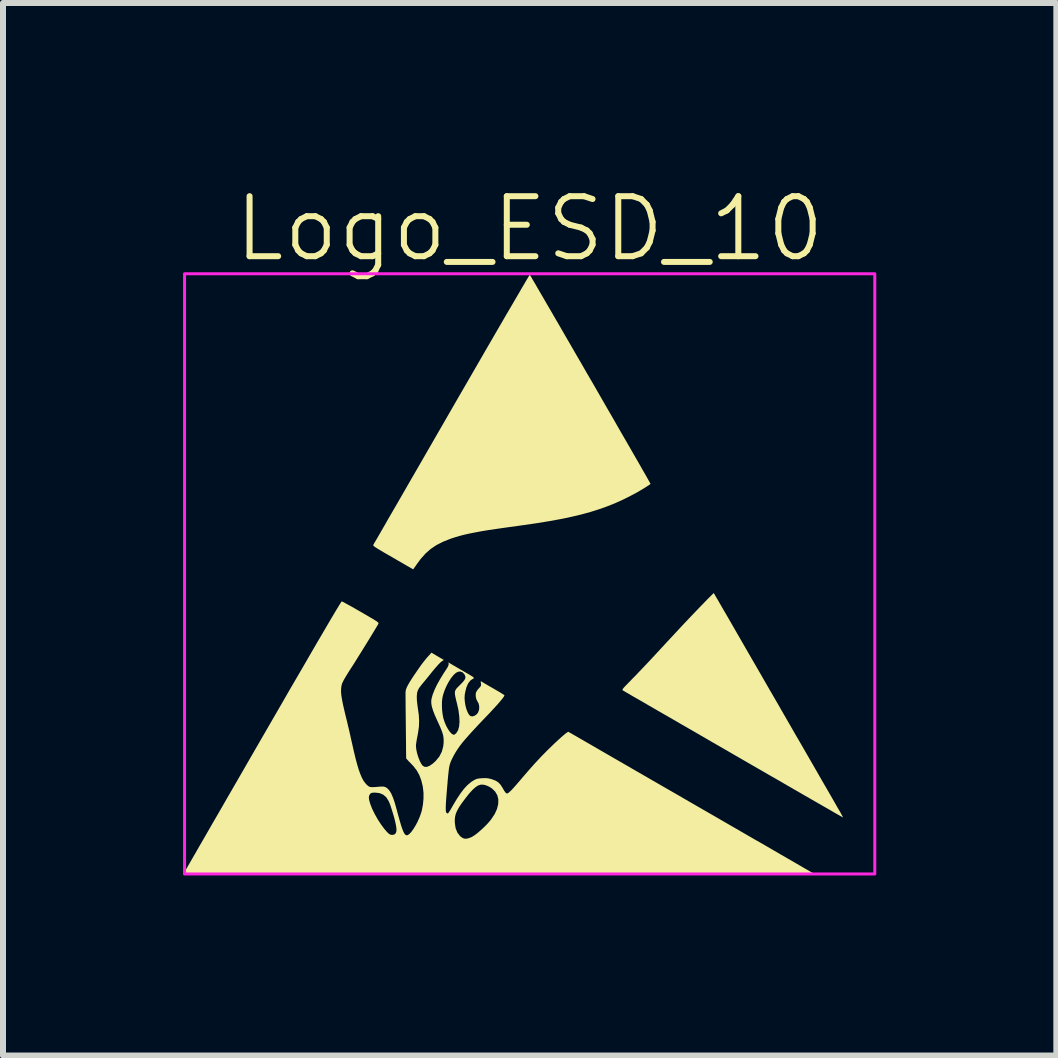
<source format=kicad_pcb>
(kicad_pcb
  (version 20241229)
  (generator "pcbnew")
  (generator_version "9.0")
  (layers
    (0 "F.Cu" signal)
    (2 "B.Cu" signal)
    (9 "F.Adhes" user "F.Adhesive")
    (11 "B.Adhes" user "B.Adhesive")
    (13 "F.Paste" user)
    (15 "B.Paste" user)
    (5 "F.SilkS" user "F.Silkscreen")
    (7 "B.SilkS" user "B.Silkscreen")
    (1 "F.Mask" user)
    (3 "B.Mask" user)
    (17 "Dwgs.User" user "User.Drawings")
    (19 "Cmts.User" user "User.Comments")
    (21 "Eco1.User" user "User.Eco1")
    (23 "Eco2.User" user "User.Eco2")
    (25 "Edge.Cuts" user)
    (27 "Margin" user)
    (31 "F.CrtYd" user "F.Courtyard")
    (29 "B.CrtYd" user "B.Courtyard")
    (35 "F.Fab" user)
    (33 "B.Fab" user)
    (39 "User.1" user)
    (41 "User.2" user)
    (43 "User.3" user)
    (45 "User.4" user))
  (footprint "Logo_ESD_10"
    (layer "F.Cu")
    (at 5.775 6.511)
    (property "Reference" "Logo_ESD_10" (at 0 -5.75 0) (unlocked yes) (layer "F.SilkS") (effects (font (size 1 1) (thickness 0.1))))
    (attr smd exclude_from_pos_files exclude_from_bom)
    (fp_poly (pts (xy 3.083 0.346) (xy 3.089 0.358) (xy 3.106 0.387) (xy 3.133 0.432) (xy 3.168 0.493) (xy 3.211 0.568) (xy 3.263 0.657) (xy 3.321 0.757) (xy 3.385 0.868) (xy 3.455 0.99) (xy 3.53 1.12) (xy 3.609 1.257) (xy 3.692 1.401) (xy 3.779 1.551) (xy 3.868 1.705) (xy 3.958 1.862) (xy 4.05 2.021) (xy 4.143 2.181) (xy 4.235 2.342) (xy 4.327 2.501) (xy 4.417 2.658) (xy 4.506 2.811) (xy 4.592 2.96) (xy 4.675 3.104) (xy 4.754 3.241) (xy 4.828 3.37) (xy 4.897 3.49) (xy 4.961 3.6) (xy 5.018 3.699) (xy 5.068 3.786) (xy 5.11 3.86) (xy 5.144 3.919) (xy 5.17 3.963) (xy 5.185 3.99) (xy 5.189 3.997) (xy 5.206 4.029) (xy 5.217 4.051) (xy 5.22 4.059) (xy 5.211 4.054) (xy 5.183 4.038) (xy 5.139 4.013) (xy 5.079 3.979) (xy 5.004 3.935) (xy 4.914 3.884) (xy 4.812 3.825) (xy 4.697 3.759) (xy 4.57 3.686) (xy 4.433 3.607) (xy 4.286 3.522) (xy 4.131 3.432) (xy 3.967 3.338) (xy 3.797 3.24) (xy 3.62 3.138) (xy 3.439 3.033) (xy 3.397 3.009) (xy 3.214 2.903) (xy 3.035 2.8) (xy 2.863 2.7) (xy 2.697 2.604) (xy 2.539 2.513) (xy 2.389 2.426) (xy 2.248 2.345) (xy 2.118 2.27) (xy 1.999 2.201) (xy 1.892 2.139) (xy 1.798 2.085) (xy 1.718 2.039) (xy 1.653 2.001) (xy 1.604 1.972) (xy 1.571 1.953) (xy 1.556 1.944) (xy 1.555 1.944) (xy 1.548 1.938) (xy 1.546 1.931) (xy 1.55 1.921) (xy 1.561 1.905) (xy 1.581 1.882) (xy 1.612 1.85) (xy 1.655 1.806) (xy 1.706 1.753) (xy 1.753 1.706) (xy 1.811 1.645) (xy 1.878 1.575) (xy 1.952 1.497) (xy 2.029 1.415) (xy 2.107 1.331) (xy 2.183 1.249) (xy 2.203 1.227) (xy 2.301 1.121) (xy 2.401 1.014) (xy 2.499 0.908) (xy 2.594 0.807) (xy 2.685 0.711) (xy 2.77 0.622) (xy 2.847 0.542) (xy 2.914 0.473) (xy 2.969 0.416) (xy 3.002 0.384) (xy 3.066 0.32)) (stroke (width 0) (type solid)) (fill yes) (layer "F.SilkS"))
    (fp_poly (pts (xy 0.008 -4.973) (xy 0.024 -4.947) (xy 0.049 -4.903) (xy 0.084 -4.845) (xy 0.126 -4.772) (xy 0.176 -4.686) (xy 0.233 -4.588) (xy 0.296 -4.479) (xy 0.365 -4.361) (xy 0.439 -4.233) (xy 0.517 -4.099) (xy 0.598 -3.958) (xy 0.683 -3.812) (xy 0.77 -3.661) (xy 0.859 -3.508) (xy 0.948 -3.353) (xy 1.039 -3.197) (xy 1.129 -3.041) (xy 1.218 -2.886) (xy 1.305 -2.735) (xy 1.391 -2.587) (xy 1.473 -2.443) (xy 1.552 -2.306) (xy 1.628 -2.175) (xy 1.698 -2.053) (xy 1.763 -1.94) (xy 1.822 -1.838) (xy 1.874 -1.746) (xy 1.919 -1.668) (xy 1.956 -1.603) (xy 1.984 -1.553) (xy 2.003 -1.519) (xy 2.013 -1.502) (xy 2.013 -1.501) (xy 2.005 -1.491) (xy 1.98 -1.474) (xy 1.943 -1.45) (xy 1.897 -1.421) (xy 1.845 -1.39) (xy 1.79 -1.358) (xy 1.735 -1.328) (xy 1.687 -1.303) (xy 1.558 -1.238) (xy 1.429 -1.18) (xy 1.296 -1.126) (xy 1.158 -1.077) (xy 1.013 -1.031) (xy 0.859 -0.989) (xy 0.695 -0.95) (xy 0.518 -0.913) (xy 0.326 -0.878) (xy 0.117 -0.844) (xy -0.111 -0.811) (xy -0.21 -0.797) (xy -0.384 -0.773) (xy -0.538 -0.751) (xy -0.675 -0.731) (xy -0.796 -0.711) (xy -0.904 -0.691) (xy -1 -0.672) (xy -1.086 -0.653) (xy -1.163 -0.633) (xy -1.235 -0.612) (xy -1.303 -0.59) (xy -1.313 -0.587) (xy -1.441 -0.536) (xy -1.552 -0.48) (xy -1.649 -0.415) (xy -1.736 -0.338) (xy -1.817 -0.247) (xy -1.87 -0.175) (xy -1.898 -0.135) (xy -1.921 -0.103) (xy -1.936 -0.082) (xy -1.942 -0.076) (xy -1.951 -0.081) (xy -1.977 -0.096) (xy -2.017 -0.119) (xy -2.07 -0.149) (xy -2.133 -0.186) (xy -2.205 -0.227) (xy -2.28 -0.271) (xy -2.369 -0.322) (xy -2.44 -0.363) (xy -2.495 -0.396) (xy -2.538 -0.422) (xy -2.568 -0.441) (xy -2.589 -0.456) (xy -2.601 -0.467) (xy -2.606 -0.475) (xy -2.606 -0.482) (xy -2.603 -0.488) (xy -2.603 -0.488) (xy -2.596 -0.5) (xy -2.579 -0.529) (xy -2.552 -0.575) (xy -2.516 -0.637) (xy -2.471 -0.715) (xy -2.418 -0.807) (xy -2.357 -0.914) (xy -2.288 -1.033) (xy -2.212 -1.164) (xy -2.13 -1.306) (xy -2.042 -1.459) (xy -1.948 -1.622) (xy -1.849 -1.793) (xy -1.746 -1.972) (xy -1.638 -2.159) (xy -1.527 -2.352) (xy -1.412 -2.551) (xy -1.298 -2.749) (xy -1.181 -2.952) (xy -1.066 -3.15) (xy -0.955 -3.342) (xy -0.848 -3.527) (xy -0.745 -3.706) (xy -0.646 -3.876) (xy -0.553 -4.037) (xy -0.465 -4.188) (xy -0.384 -4.328) (xy -0.308 -4.457) (xy -0.24 -4.574) (xy -0.179 -4.678) (xy -0.127 -4.768) (xy -0.082 -4.844) (xy -0.047 -4.904) (xy -0.021 -4.947) (xy -0.004 -4.974) (xy 0.002 -4.983)) (stroke (width 0) (type solid)) (fill yes) (layer "F.SilkS"))
    (fp_poly (pts (xy -3.118 0.464) (xy -3.089 0.479) (xy -3.046 0.503) (xy -2.991 0.533) (xy -2.927 0.569) (xy -2.856 0.61) (xy -2.812 0.635) (xy -2.729 0.683) (xy -2.663 0.722) (xy -2.611 0.752) (xy -2.574 0.775) (xy -2.547 0.793) (xy -2.53 0.806) (xy -2.522 0.816) (xy -2.519 0.823) (xy -2.52 0.83) (xy -2.521 0.833) (xy -2.536 0.859) (xy -2.56 0.9) (xy -2.593 0.954) (xy -2.632 1.019) (xy -2.676 1.091) (xy -2.723 1.167) (xy -2.772 1.246) (xy -2.821 1.325) (xy -2.868 1.4) (xy -2.911 1.47) (xy -2.95 1.531) (xy -2.982 1.58) (xy -2.99 1.592) (xy -3.031 1.658) (xy -3.068 1.718) (xy -3.098 1.77) (xy -3.118 1.811) (xy -3.128 1.834) (xy -3.137 1.874) (xy -3.142 1.918) (xy -3.143 1.967) (xy -3.138 2.024) (xy -3.127 2.092) (xy -3.111 2.174) (xy -3.089 2.271) (xy -3.064 2.376) (xy -3.046 2.447) (xy -3.026 2.533) (xy -3.004 2.625) (xy -2.983 2.719) (xy -2.964 2.805) (xy -2.961 2.816) (xy -2.93 2.955) (xy -2.901 3.075) (xy -2.874 3.177) (xy -2.848 3.263) (xy -2.822 3.335) (xy -2.797 3.394) (xy -2.771 3.443) (xy -2.743 3.482) (xy -2.715 3.514) (xy -2.693 3.533) (xy -2.673 3.546) (xy -2.648 3.553) (xy -2.616 3.554) (xy -2.57 3.552) (xy -2.529 3.548) (xy -2.473 3.544) (xy -2.432 3.545) (xy -2.401 3.554) (xy -2.374 3.572) (xy -2.357 3.588) (xy -2.33 3.621) (xy -2.304 3.666) (xy -2.279 3.724) (xy -2.253 3.798) (xy -2.226 3.891) (xy -2.218 3.92) (xy -2.189 4.028) (xy -2.164 4.117) (xy -2.143 4.189) (xy -2.124 4.245) (xy -2.108 4.287) (xy -2.093 4.318) (xy -2.079 4.338) (xy -2.065 4.351) (xy -2.054 4.356) (xy -2.031 4.353) (xy -2.002 4.332) (xy -1.969 4.296) (xy -1.935 4.248) (xy -1.9 4.191) (xy -1.866 4.127) (xy -1.855 4.1) (xy -1.248 4.1) (xy -1.247 4.149) (xy -1.234 4.237) (xy -1.205 4.31) (xy -1.161 4.368) (xy -1.156 4.373) (xy -1.116 4.402) (xy -1.076 4.414) (xy -1.03 4.409) (xy -0.975 4.389) (xy -0.961 4.382) (xy -0.919 4.356) (xy -0.869 4.318) (xy -0.813 4.27) (xy -0.756 4.217) (xy -0.702 4.162) (xy -0.656 4.109) (xy -0.64 4.088) (xy -0.582 4.001) (xy -0.544 3.916) (xy -0.524 3.835) (xy -0.522 3.759) (xy -0.539 3.689) (xy -0.575 3.628) (xy -0.628 3.576) (xy -0.677 3.545) (xy -0.728 3.523) (xy -0.774 3.512) (xy -0.818 3.513) (xy -0.861 3.527) (xy -0.906 3.557) (xy -0.955 3.602) (xy -1.01 3.663) (xy -1.073 3.743) (xy -1.077 3.748) (xy -1.134 3.825) (xy -1.178 3.89) (xy -1.209 3.947) (xy -1.231 3.998) (xy -1.243 4.048) (xy -1.248 4.1) (xy -1.855 4.1) (xy -1.836 4.059) (xy -1.811 3.99) (xy -1.798 3.946) (xy -1.779 3.85) (xy -1.769 3.746) (xy -1.769 3.644) (xy -1.78 3.551) (xy -1.781 3.542) (xy -1.806 3.44) (xy -1.838 3.354) (xy -1.88 3.278) (xy -1.935 3.206) (xy -1.987 3.151) (xy -2.018 3.12) (xy -2.042 3.093) (xy -2.056 3.077) (xy -2.058 3.073) (xy -2.058 3.06) (xy -2.058 3.029) (xy -2.059 2.981) (xy -2.06 2.919) (xy -2.06 2.846) (xy -2.061 2.763) (xy -2.062 2.675) (xy -2.063 2.582) (xy -2.064 2.488) (xy -2.065 2.394) (xy -2.066 2.305) (xy -2.067 2.222) (xy -2.067 2.147) (xy -2.068 2.083) (xy -2.068 2.033) (xy -2.068 1.999) (xy -2.069 1.99) (xy -2.067 1.96) (xy -2.062 1.931) (xy -2.051 1.9) (xy -2.034 1.864) (xy -2.009 1.819) (xy -1.975 1.764) (xy -1.93 1.695) (xy -1.918 1.678) (xy -1.858 1.59) (xy -1.807 1.517) (xy -1.761 1.457) (xy -1.718 1.404) (xy -1.681 1.363) (xy -1.636 1.313) (xy -1.534 1.374) (xy -1.431 1.434) (xy -1.473 1.464) (xy -1.494 1.483) (xy -1.525 1.515) (xy -1.562 1.557) (xy -1.602 1.604) (xy -1.621 1.627) (xy -1.663 1.679) (xy -1.705 1.731) (xy -1.743 1.778) (xy -1.774 1.815) (xy -1.783 1.825) (xy -1.812 1.862) (xy -1.839 1.897) (xy -1.856 1.925) (xy -1.857 1.927) (xy -1.874 1.974) (xy -1.881 2.035) (xy -1.879 2.111) (xy -1.868 2.205) (xy -1.864 2.232) (xy -1.848 2.345) (xy -1.842 2.446) (xy -1.845 2.541) (xy -1.858 2.639) (xy -1.868 2.694) (xy -1.879 2.748) (xy -1.887 2.798) (xy -1.893 2.839) (xy -1.895 2.863) (xy -1.89 2.92) (xy -1.877 2.985) (xy -1.857 3.051) (xy -1.833 3.113) (xy -1.807 3.164) (xy -1.785 3.195) (xy -1.752 3.215) (xy -1.712 3.216) (xy -1.665 3.197) (xy -1.611 3.159) (xy -1.571 3.123) (xy -1.507 3.047) (xy -1.464 2.964) (xy -1.44 2.874) (xy -1.434 2.82) (xy -1.433 2.774) (xy -1.435 2.732) (xy -1.442 2.69) (xy -1.455 2.645) (xy -1.474 2.593) (xy -1.501 2.529) (xy -1.537 2.451) (xy -1.542 2.44) (xy -1.581 2.353) (xy -1.609 2.28) (xy -1.628 2.219) (xy -1.633 2.195) (xy -1.462 2.195) (xy -1.459 2.272) (xy -1.45 2.345) (xy -1.438 2.406) (xy -1.417 2.471) (xy -1.391 2.532) (xy -1.361 2.587) (xy -1.33 2.632) (xy -1.3 2.664) (xy -1.272 2.68) (xy -1.264 2.681) (xy -1.246 2.674) (xy -1.225 2.656) (xy -1.223 2.654) (xy -1.194 2.608) (xy -1.176 2.545) (xy -1.169 2.466) (xy -1.173 2.373) (xy -1.187 2.268) (xy -1.21 2.165) (xy -1.228 2.094) (xy -1.24 2.039) (xy -1.246 1.998) (xy -1.246 1.966) (xy -1.238 1.94) (xy -1.223 1.915) (xy -1.199 1.889) (xy -1.166 1.856) (xy -1.164 1.854) (xy -1.118 1.808) (xy -1.089 1.772) (xy -1.073 1.743) (xy -1.07 1.716) (xy -1.079 1.69) (xy -1.087 1.675) (xy -1.118 1.641) (xy -1.156 1.627) (xy -1.19 1.63) (xy -1.228 1.649) (xy -1.269 1.686) (xy -1.31 1.737) (xy -1.35 1.8) (xy -1.387 1.87) (xy -1.419 1.945) (xy -1.444 2.021) (xy -1.454 2.066) (xy -1.461 2.124) (xy -1.462 2.195) (xy -1.633 2.195) (xy -1.638 2.167) (xy -1.64 2.12) (xy -1.635 2.08) (xy -1.617 2.015) (xy -1.587 1.937) (xy -1.546 1.85) (xy -1.494 1.757) (xy -1.435 1.66) (xy -1.402 1.61) (xy -1.371 1.562) (xy -1.354 1.527) (xy -1.349 1.503) (xy -1.349 1.5) (xy -1.354 1.475) (xy -1.32 1.496) (xy -1.301 1.507) (xy -1.266 1.528) (xy -1.219 1.555) (xy -1.165 1.587) (xy -1.105 1.621) (xy -1.099 1.625) (xy -1.036 1.661) (xy -0.989 1.689) (xy -0.957 1.709) (xy -0.938 1.723) (xy -0.929 1.732) (xy -0.93 1.738) (xy -0.936 1.743) (xy -0.938 1.744) (xy -0.986 1.775) (xy -1.026 1.826) (xy -1.056 1.896) (xy -1.077 1.985) (xy -1.082 2.016) (xy -1.085 2.073) (xy -1.08 2.135) (xy -1.069 2.199) (xy -1.053 2.258) (xy -1.032 2.31) (xy -1.009 2.349) (xy -0.985 2.371) (xy -0.984 2.371) (xy -0.951 2.375) (xy -0.915 2.363) (xy -0.881 2.338) (xy -0.861 2.312) (xy -0.843 2.265) (xy -0.84 2.213) (xy -0.85 2.162) (xy -0.866 2.133) (xy -0.888 2.09) (xy -0.899 2.04) (xy -0.898 1.992) (xy -0.893 1.975) (xy -0.879 1.948) (xy -0.855 1.917) (xy -0.843 1.904) (xy -0.82 1.878) (xy -0.811 1.859) (xy -0.81 1.837) (xy -0.812 1.824) (xy -0.817 1.798) (xy -0.814 1.79) (xy -0.802 1.795) (xy -0.795 1.8) (xy -0.778 1.81) (xy -0.745 1.829) (xy -0.701 1.855) (xy -0.649 1.885) (xy -0.595 1.916) (xy -0.54 1.948) (xy -0.492 1.976) (xy -0.454 2) (xy -0.429 2.016) (xy -0.42 2.024) (xy -0.42 2.024) (xy -0.428 2.042) (xy -0.45 2.074) (xy -0.487 2.119) (xy -0.537 2.177) (xy -0.601 2.247) (xy -0.677 2.329) (xy -0.754 2.409) (xy -0.851 2.511) (xy -0.934 2.6) (xy -1.005 2.678) (xy -1.065 2.746) (xy -1.116 2.806) (xy -1.159 2.861) (xy -1.195 2.912) (xy -1.227 2.961) (xy -1.256 3.01) (xy -1.282 3.06) (xy -1.284 3.063) (xy -1.302 3.1) (xy -1.316 3.133) (xy -1.328 3.166) (xy -1.337 3.201) (xy -1.345 3.244) (xy -1.351 3.296) (xy -1.358 3.362) (xy -1.366 3.445) (xy -1.368 3.472) (xy -1.378 3.59) (xy -1.386 3.688) (xy -1.392 3.768) (xy -1.396 3.832) (xy -1.398 3.882) (xy -1.398 3.92) (xy -1.397 3.947) (xy -1.394 3.966) (xy -1.389 3.977) (xy -1.384 3.984) (xy -1.375 3.99) (xy -1.366 3.992) (xy -1.356 3.985) (xy -1.343 3.968) (xy -1.324 3.938) (xy -1.298 3.894) (xy -1.279 3.86) (xy -1.213 3.749) (xy -1.151 3.656) (xy -1.093 3.58) (xy -1.036 3.519) (xy -0.98 3.472) (xy -0.942 3.446) (xy -0.907 3.427) (xy -0.877 3.415) (xy -0.843 3.409) (xy -0.796 3.405) (xy -0.791 3.405) (xy -0.734 3.403) (xy -0.687 3.408) (xy -0.639 3.419) (xy -0.628 3.423) (xy -0.569 3.445) (xy -0.523 3.474) (xy -0.485 3.514) (xy -0.449 3.57) (xy -0.444 3.58) (xy -0.421 3.619) (xy -0.4 3.647) (xy -0.384 3.659) (xy -0.384 3.659) (xy -0.371 3.658) (xy -0.355 3.65) (xy -0.334 3.632) (xy -0.305 3.605) (xy -0.269 3.566) (xy -0.222 3.513) (xy -0.165 3.447) (xy -0.127 3.402) (xy -0.014 3.271) (xy 0.09 3.154) (xy 0.19 3.047) (xy 0.288 2.947) (xy 0.389 2.849) (xy 0.398 2.84) (xy 0.472 2.771) (xy 0.534 2.715) (xy 0.583 2.673) (xy 0.618 2.646) (xy 0.64 2.633) (xy 0.646 2.632) (xy 0.655 2.638) (xy 0.683 2.654) (xy 0.727 2.679) (xy 0.788 2.714) (xy 0.864 2.758) (xy 0.954 2.81) (xy 1.058 2.87) (xy 1.175 2.938) (xy 1.303 3.012) (xy 1.443 3.093) (xy 1.592 3.179) (xy 1.751 3.271) (xy 1.919 3.368) (xy 2.094 3.469) (xy 2.276 3.574) (xy 2.464 3.682) (xy 2.657 3.794) (xy 2.697 3.817) (xy 2.891 3.929) (xy 3.08 4.038) (xy 3.263 4.144) (xy 3.44 4.246) (xy 3.609 4.344) (xy 3.77 4.437) (xy 3.922 4.524) (xy 4.063 4.606) (xy 4.194 4.682) (xy 4.313 4.751) (xy 4.419 4.812) (xy 4.512 4.866) (xy 4.591 4.912) (xy 4.655 4.949) (xy 4.703 4.976) (xy 4.734 4.994) (xy 4.747 5.002) (xy 4.747 5.003) (xy 4.737 5.003) (xy 4.706 5.003) (xy 4.654 5.003) (xy 4.583 5.004) (xy 4.493 5.004) (xy 4.385 5.004) (xy 4.259 5.004) (xy 4.116 5.005) (xy 3.957 5.005) (xy 3.782 5.005) (xy 3.592 5.005) (xy 3.388 5.005) (xy 3.17 5.006) (xy 2.939 5.006) (xy 2.696 5.006) (xy 2.44 5.006) (xy 2.174 5.006) (xy 1.897 5.006) (xy 1.611 5.006) (xy 1.315 5.007) (xy 1.011 5.007) (xy 0.698 5.007) (xy 0.379 5.007) (xy 0.053 5.007) (xy -0.279 5.007) (xy -0.51 5.007) (xy -5.772 5.007) (xy -5.756 4.977) (xy -5.749 4.965) (xy -5.732 4.936) (xy -5.705 4.889) (xy -5.669 4.826) (xy -5.624 4.748) (xy -5.57 4.655) (xy -5.509 4.548) (xy -5.44 4.429) (xy -5.364 4.297) (xy -5.282 4.154) (xy -5.193 4.001) (xy -5.099 3.838) (xy -5.035 3.726) (xy -2.68 3.726) (xy -2.675 3.766) (xy -2.66 3.82) (xy -2.653 3.842) (xy -2.623 3.918) (xy -2.581 4.003) (xy -2.532 4.09) (xy -2.478 4.173) (xy -2.423 4.248) (xy -2.379 4.299) (xy -2.349 4.328) (xy -2.326 4.343) (xy -2.303 4.349) (xy -2.291 4.35) (xy -2.257 4.344) (xy -2.235 4.326) (xy -2.223 4.301) (xy -2.219 4.269) (xy -2.222 4.224) (xy -2.233 4.164) (xy -2.235 4.154) (xy -2.247 4.102) (xy -2.263 4.041) (xy -2.283 3.975) (xy -2.303 3.911) (xy -2.322 3.853) (xy -2.34 3.807) (xy -2.35 3.785) (xy -2.39 3.722) (xy -2.44 3.679) (xy -2.502 3.653) (xy -2.572 3.645) (xy -2.611 3.646) (xy -2.635 3.65) (xy -2.651 3.66) (xy -2.66 3.67) (xy -2.675 3.695) (xy -2.68 3.726) (xy -5.035 3.726) (xy -5 3.666) (xy -4.896 3.486) (xy -4.788 3.299) (xy -4.677 3.106) (xy -4.562 2.907) (xy -4.444 2.703) (xy -4.444 2.703) (xy -4.284 2.426) (xy -4.134 2.167) (xy -3.996 1.927) (xy -3.867 1.706) (xy -3.749 1.503) (xy -3.642 1.318) (xy -3.545 1.151) (xy -3.458 1.003) (xy -3.382 0.873) (xy -3.316 0.76) (xy -3.26 0.666) (xy -3.214 0.589) (xy -3.178 0.53) (xy -3.152 0.489) (xy -3.137 0.465) (xy -3.131 0.459)) (stroke (width 0) (type solid)) (fill yes) (layer "F.SilkS"))
    (fp_rect (start -5.75 -5) (end 5.75 5) (stroke (width 0.05) (type default)) (fill no) (layer "F.CrtYd")))
  (gr_rect
    (start -3 -3)
    (end 14.55 14.536)
    (stroke (width 0.1) (type default))
    (fill no)
    (layer "Edge.Cuts")))
</source>
